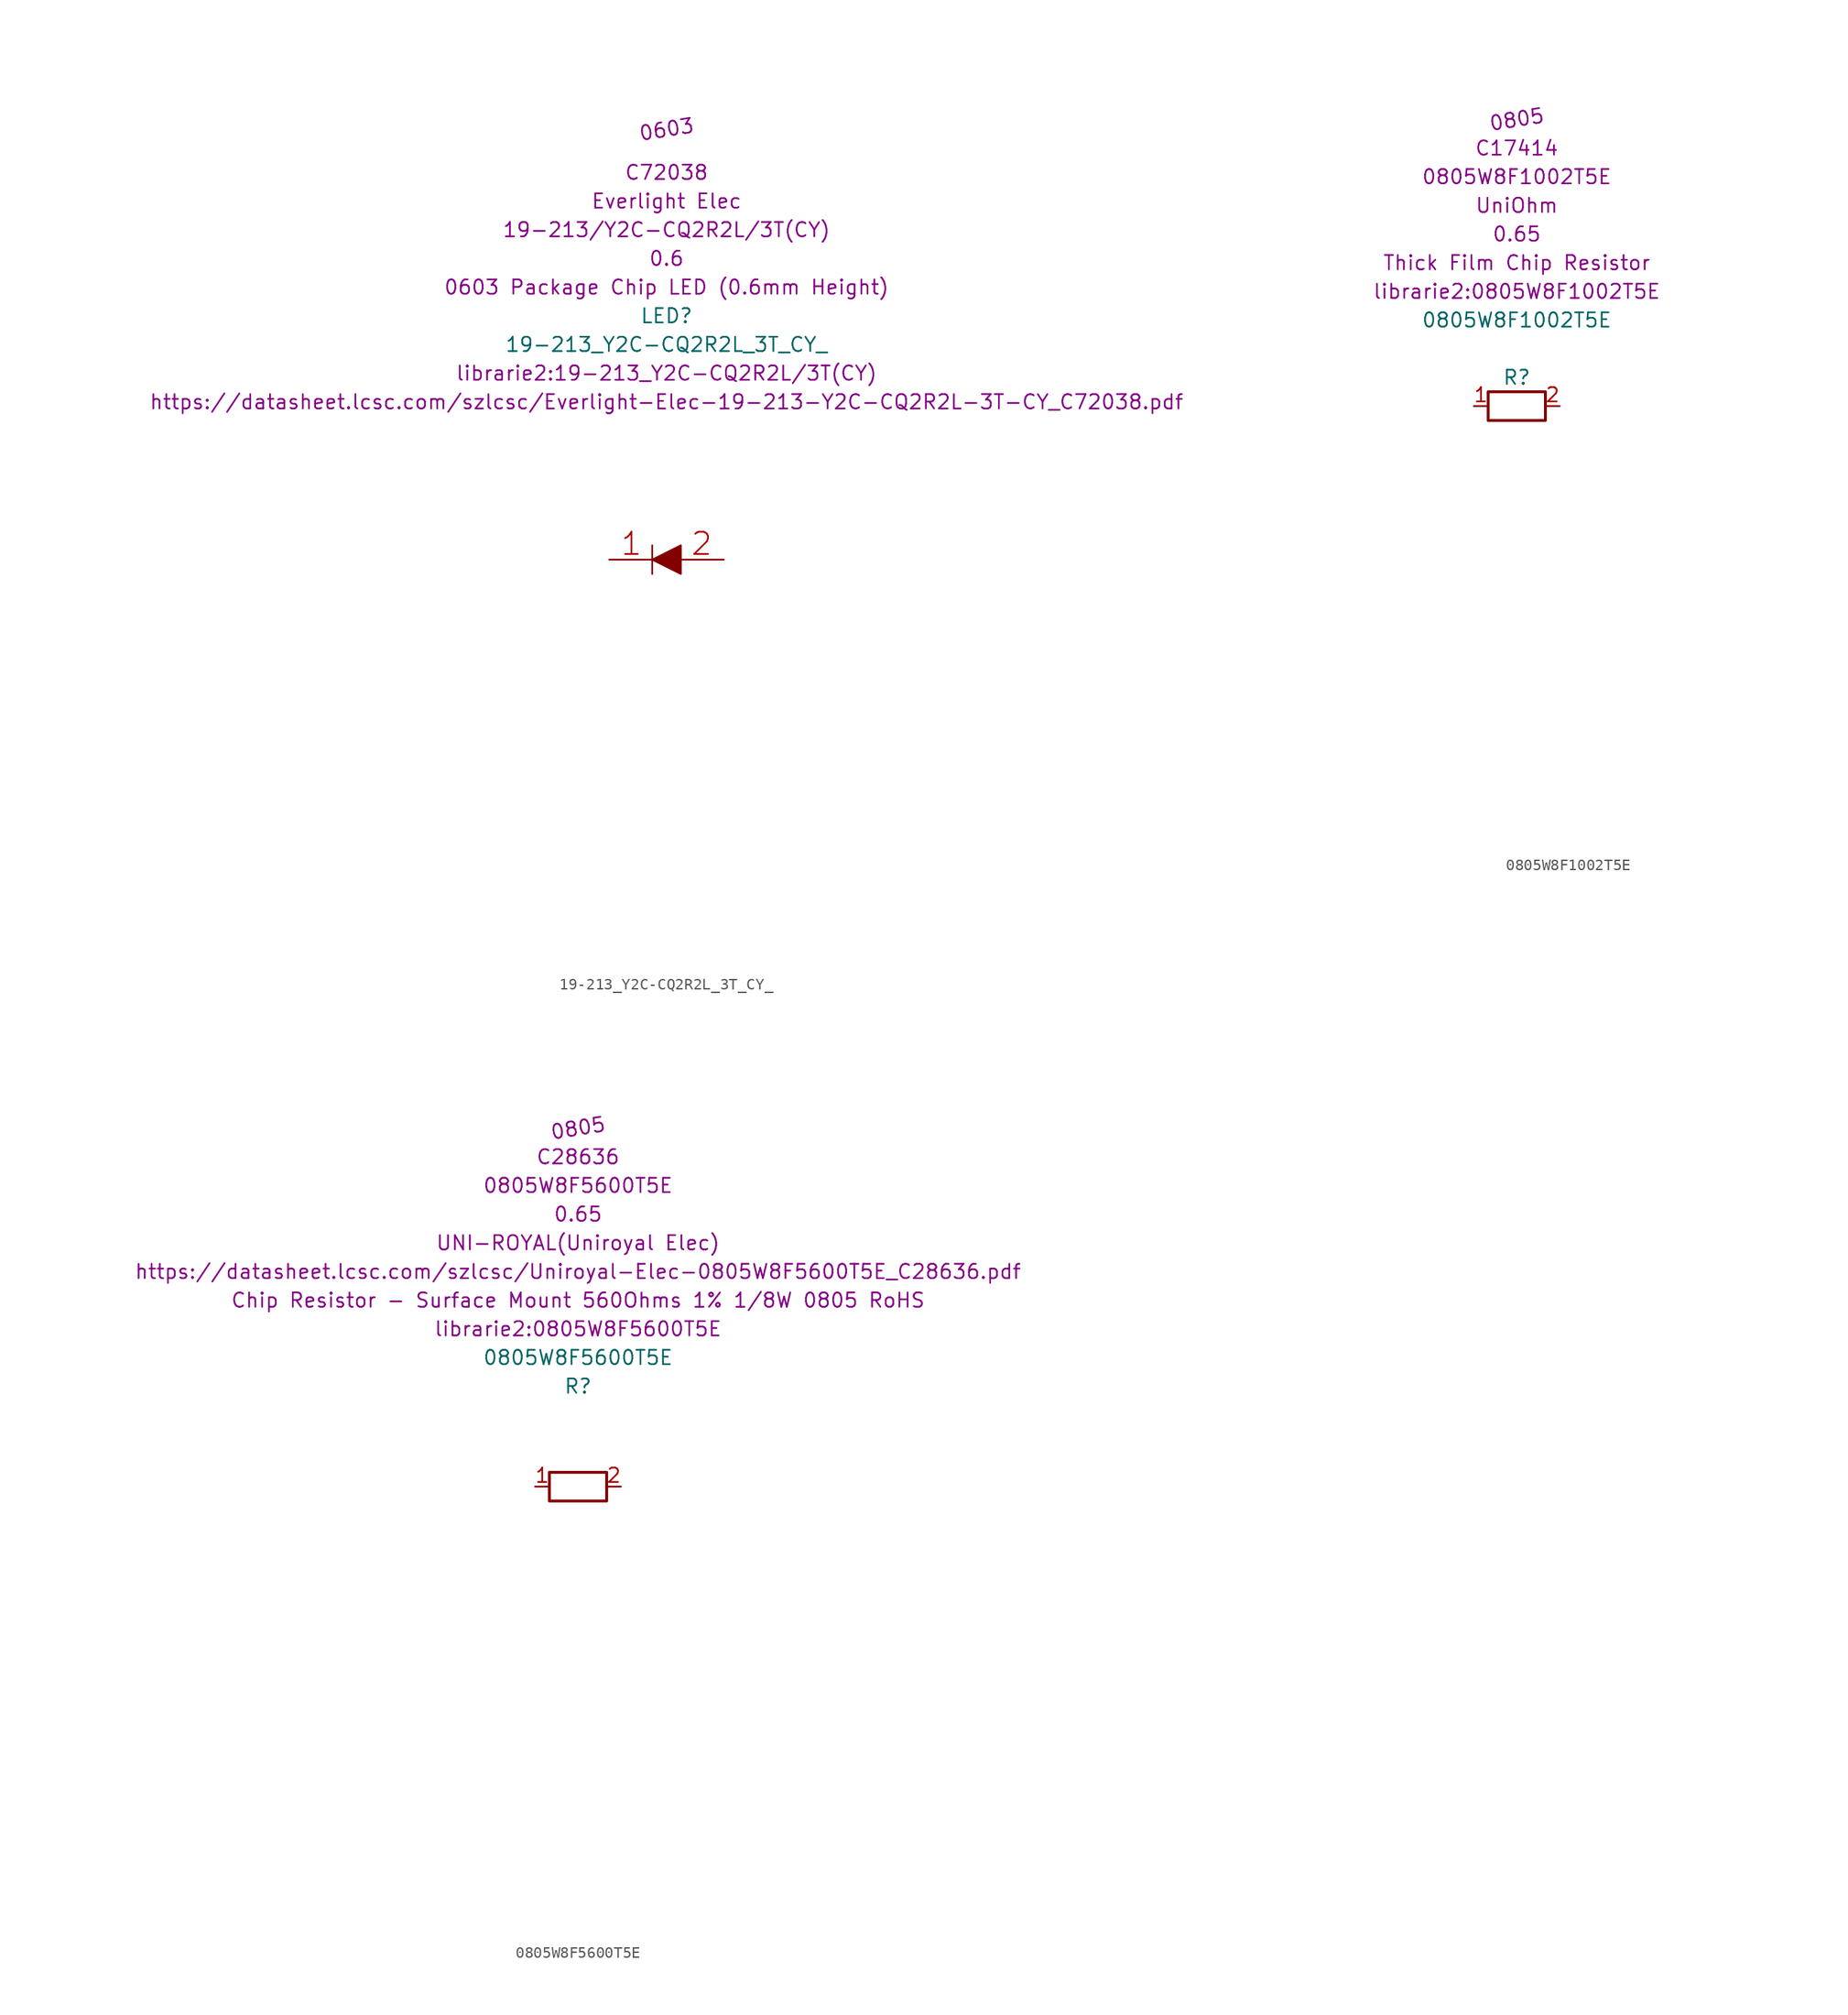
<source format=kicad_sym>
(kicad_symbol_lib
  (version 20211014)
  (generator kicad_symbol_editor)
  (symbol "19-213_Y2C-CQ2R2L_3T_CY_"
    (pin_names
      (offset 1.181))
    (property "Reference" "LED"
      (at 0 21.59 0)
      (effects (font (size 1.27 1.27))))
    (property "Value" "19-213_Y2C-CQ2R2L_3T_CY_"
      (at 0 19.05 0)
      (effects (font (size 1.27 1.27))))
    (property "Footprint" "librarie2:19-213_Y2C-CQ2R2L/3T(CY)"
      (at 0 16.51 0)
      (effects (font (size 1.27 1.27))))
    (property "Datasheet" "https://datasheet.lcsc.com/szlcsc/Everlight-Elec-19-213-Y2C-CQ2R2L-3T-CY_C72038.pdf"
      (at 0 13.97 0)
      (effects (font (size 1.27 1.27))))
    (property "Description" "0603 Package Chip LED (0.6mm Height)"
      (at 0 24.13 0)
      (effects (font (size 1.27 1.27))))
    (property "Height" "0.6"
      (at 0 26.67 0)
      (effects (font (size 1.27 1.27))))
    (property "Manufacturer_Name" "Everlight Elec"
      (at 0 31.75 0)
      (effects (font (size 1.27 1.27))))
    (property "Manufacturer_Part_Number" "19-213/Y2C-CQ2R2L/3T(CY)"
      (at 0 29.21 0)
      (effects (font (size 1.27 1.27))))
    (property "Mouser Part Number" ""
      (at 19.685 -17.716 0)
      (effects (font (size 1.27 1.27))))
    (property "Mouser Price/Stock" ""
      (at 19.685 -21.654 0)
      (effects (font (size 1.27 1.27))))
    (property "Arrow Part Number" ""
      (at 19.685 -25.591 0)
      (effects (font (size 1.27 1.27))))
    (property "Arrow Price/Stock" ""
      (at 19.685 -29.528 0)
      (effects (font (size 1.27 1.27))))
    (property "LCSC Part Number" "C72038"
      (at 0 34.29 0)
      (effects (font (size 1.27 1.27))))
    (property "Package" "0603"
      (at 0 38.1 9)
      (effects (font (size 1.27 1.27))))
    (symbol "19-213_Y2C-CQ2R2L_3T_CY__0_0"
      (pin passive line (at -5.08 0 0) (length 3.937) (name "~" (effects (font (size 1.968 1.968)))) (number "1" (effects (font (size 1.968 1.968)))))
      (pin passive line (at 5.08 0 180) (length 3.937) (name "~" (effects (font (size 1.968 1.968)))) (number "2" (effects (font (size 1.968 1.968))))))
    (symbol "19-213_Y2C-CQ2R2L_3T_CY__0_1"
      (polyline (pts (xy 7.62 6.35)) (stroke (width 0) (type default) (color 0 0 0 0)) (fill (type none)))
      (polyline (pts (xy -1.27 0) (xy -1.27 -1.27)) (stroke (width 0) (type default) (color 0 0 0 0)) (fill (type none)))
      (polyline (pts (xy -1.27 0) (xy -1.27 1.27)) (stroke (width 0) (type default) (color 0 0 0 0)) (fill (type none)))
      (polyline (pts (xy -1.27 0) (xy 1.27 1.27) (xy 1.27 -1.27) (xy -1.27 0)) (stroke (width 0) (type default) (color 0 0 0 0)) (fill (type outline)))))
  (symbol "0805W8F1002T5E"
    (pin_names
      (offset 1.181))
    (property "Reference" "R"
      (at 0 2.54 0)
      (effects (font (size 1.27 1.27))))
    (property "Value" "0805W8F1002T5E"
      (at 0 7.62 0)
      (effects (font (size 1.27 1.27))))
    (property "Footprint" "librarie2:0805W8F1002T5E"
      (at 0 10.16 0)
      (effects (font (size 1.27 1.27))))
    (property "Datasheet" ""
      (at 21.654 -1.968 0)
      (effects (font (size 1.27 1.27))))
    (property "Description" "Thick Film Chip Resistor"
      (at 0 12.7 0)
      (effects (font (size 1.27 1.27))))
    (property "Height" "0.65"
      (at 0 15.24 0)
      (effects (font (size 1.27 1.27))))
    (property "Manufacturer_Name" "UniOhm"
      (at 0 17.78 0)
      (effects (font (size 1.27 1.27))))
    (property "Manufacturer_Part_Number" "0805W8F1002T5E"
      (at 0 20.32 0)
      (effects (font (size 1.27 1.27))))
    (property "Mouser Part Number" ""
      (at 21.654 -21.654 0)
      (effects (font (size 1.27 1.27))))
    (property "Mouser Price/Stock" ""
      (at 21.654 -25.591 0)
      (effects (font (size 1.27 1.27))))
    (property "Arrow Part Number" ""
      (at 21.654 -29.528 0)
      (effects (font (size 1.27 1.27))))
    (property "Arrow Price/Stock" ""
      (at 21.654 -33.465 0)
      (effects (font (size 1.27 1.27))))
    (property "LCSC Part Number" "C17414"
      (at 0 22.86 0)
      (effects (font (size 1.27 1.27))))
    (property "Package" "0805"
      (at 0 25.4 9)
      (effects (font (size 1.27 1.27))))
    (symbol "0805W8F1002T5E_0_1"
      (rectangle (start -2.54 1.27) (end 2.54 -1.27) (stroke (width 0.254) (type default) (color 0 0 0 0)) (fill (type none))))
    (symbol "0805W8F1002T5E_1_1"
      (pin passive line (at -3.81 0 0) (length 1.27) (name "~" (effects (font (size 1.27 1.27)))) (number "1" (effects (font (size 1.27 1.27)))))
      (pin passive line (at 3.81 0 180) (length 1.27) (name "~" (effects (font (size 1.27 1.27)))) (number "2" (effects (font (size 1.27 1.27)))))))
  (symbol "0805W8F5600T5E"
    (pin_names
      (offset 1.181))
    (property "Reference" "R"
      (at 0 8.89 0)
      (effects (font (size 1.27 1.27))))
    (property "Value" "0805W8F5600T5E"
      (at 0 11.43 0)
      (effects (font (size 1.27 1.27))))
    (property "Footprint" "librarie2:0805W8F5600T5E"
      (at 0 13.97 0)
      (effects (font (size 1.27 1.27))))
    (property "Datasheet" "https://datasheet.lcsc.com/szlcsc/Uniroyal-Elec-0805W8F5600T5E_C28636.pdf"
      (at 0 19.05 0)
      (effects (font (size 1.27 1.27))))
    (property "Description" "Chip Resistor - Surface Mount 560Ohms 1% 1/8W 0805 RoHS"
      (at 0 16.51 0)
      (effects (font (size 1.27 1.27))))
    (property "Height" "0.65"
      (at 0 24.13 0)
      (effects (font (size 1.27 1.27))))
    (property "Manufacturer_Name" "UNI-ROYAL(Uniroyal Elec)"
      (at 0 21.59 0)
      (effects (font (size 1.27 1.27))))
    (property "Manufacturer_Part_Number" "0805W8F5600T5E"
      (at 0 26.67 0)
      (effects (font (size 1.27 1.27))))
    (property "Mouser Part Number" ""
      (at 21.654 -21.654 0)
      (effects (font (size 1.27 1.27))))
    (property "Mouser Price/Stock" ""
      (at 21.654 -25.591 0)
      (effects (font (size 1.27 1.27))))
    (property "Arrow Part Number" ""
      (at 21.654 -29.528 0)
      (effects (font (size 1.27 1.27))))
    (property "Arrow Price/Stock" ""
      (at 21.654 -33.465 0)
      (effects (font (size 1.27 1.27))))
    (property "LCSC Part Number" "C28636"
      (at 0 29.21 0)
      (effects (font (size 1.27 1.27))))
    (property "Package" "0805"
      (at 0 31.75 9)
      (effects (font (size 1.27 1.27))))
    (symbol "0805W8F5600T5E_0_1"
      (rectangle (start -2.54 1.27) (end 2.54 -1.27) (stroke (width 0.254) (type default) (color 0 0 0 0)) (fill (type none))))
    (symbol "0805W8F5600T5E_1_1"
      (pin passive line (at -3.81 0 0) (length 1.27) (name "~" (effects (font (size 1.27 1.27)))) (number "1" (effects (font (size 1.27 1.27)))))
      (pin passive line (at 3.81 0 180) (length 1.27) (name "~" (effects (font (size 1.27 1.27)))) (number "2" (effects (font (size 1.27 1.27))))))))
</source>
